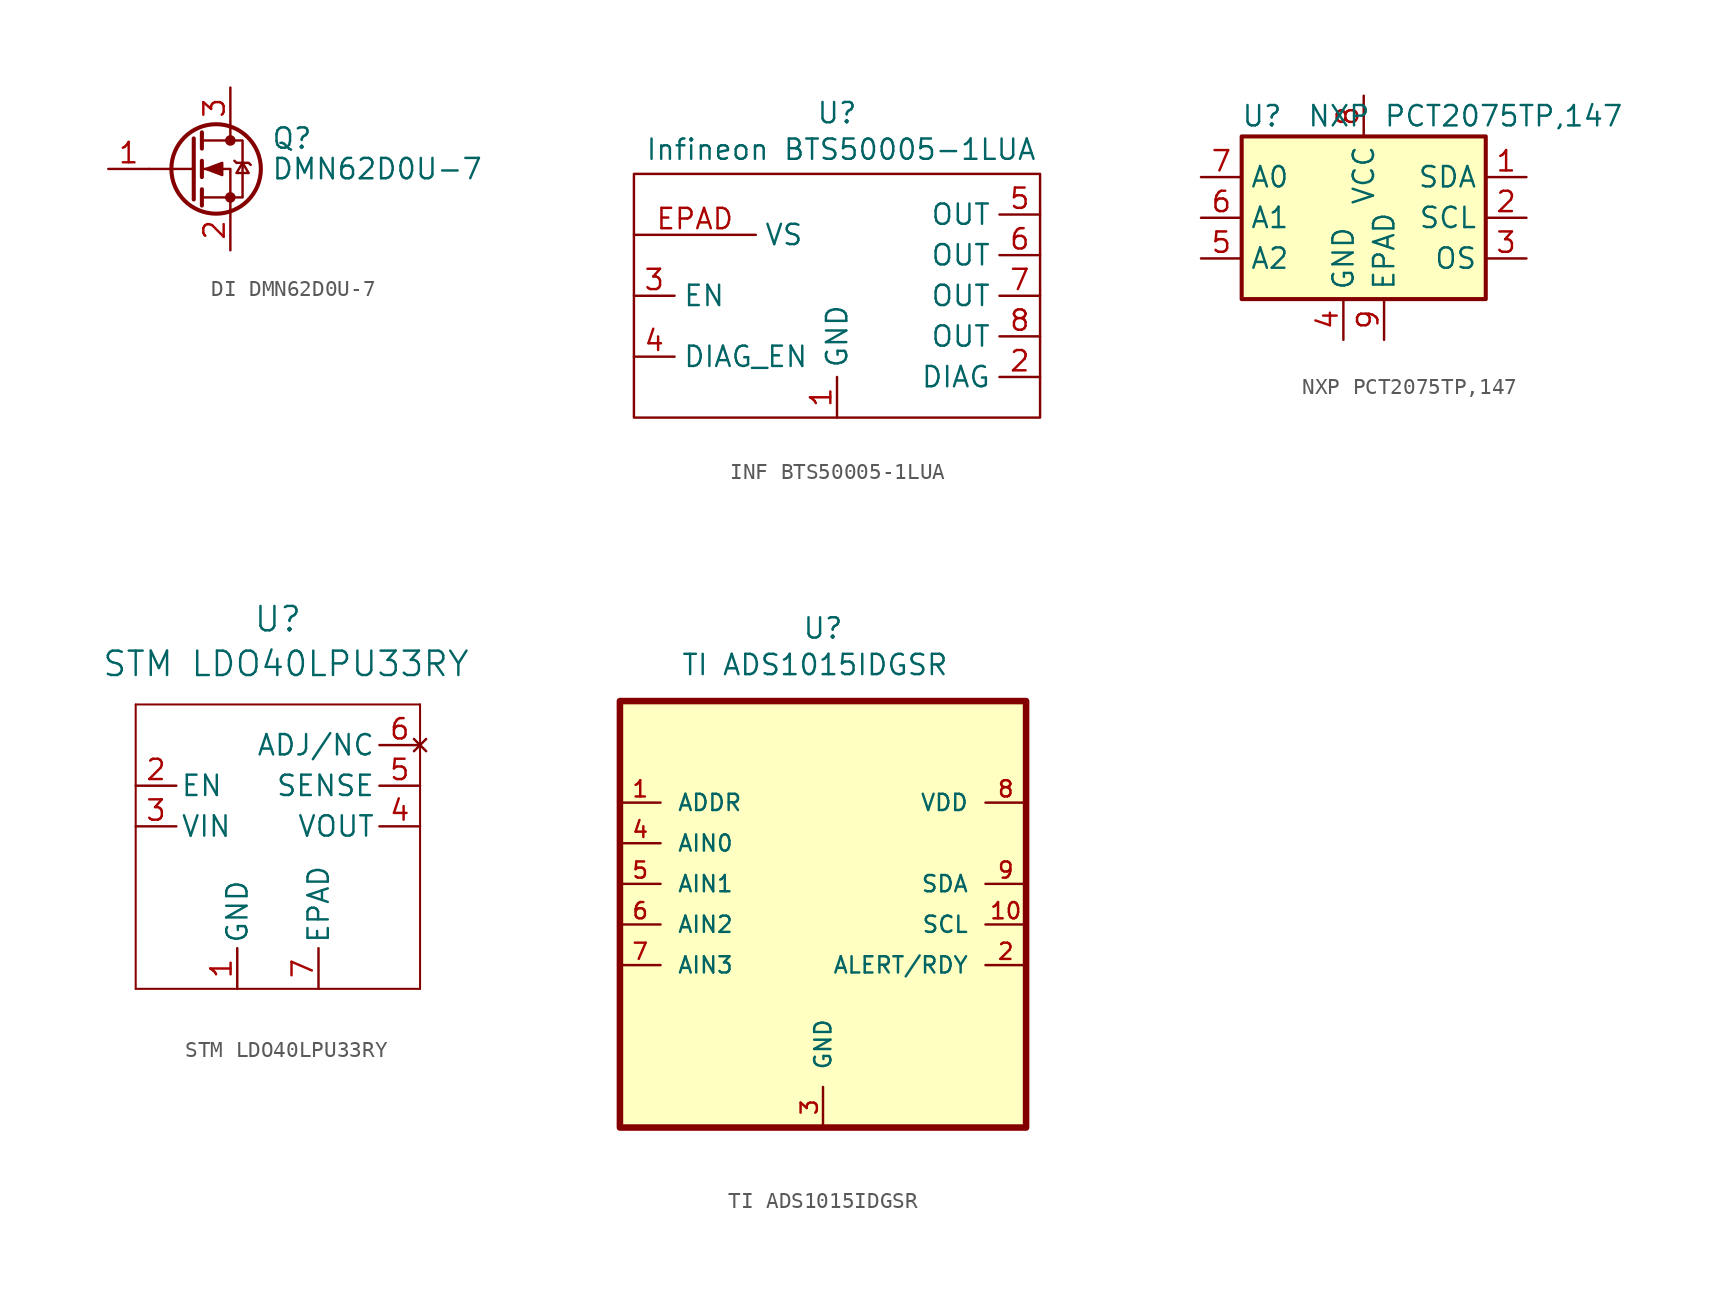
<source format=kicad_sym>
(kicad_symbol_lib
  (version 20231120)
  (generator "kicad_symbol_editor")
  (generator_version "8.0")
  (symbol "DI DMN62D0U-7"
    (pin_names hide)
    (property "Reference" "Q"
      (at 5.08 1.905 0)
      (effects (font (size 1.27 1.27)) (justify left)))
    (property "Value" "DMN62D0U-7"
      (at 5.08 0 0)
      (effects (font (size 1.27 1.27)) (justify left)))
    (symbol "DI DMN62D0U-7_0_1"
      (polyline (pts (xy 0.254 0) (xy -2.54 0)) (stroke (width 0) (type default)) (fill (type none)))
      (polyline (pts (xy 0.254 1.905) (xy 0.254 -1.905)) (stroke (width 0.254) (type default)) (fill (type none)))
      (polyline (pts (xy 0.762 -1.27) (xy 0.762 -2.286)) (stroke (width 0.254) (type default)) (fill (type none)))
      (polyline (pts (xy 0.762 0.508) (xy 0.762 -0.508)) (stroke (width 0.254) (type default)) (fill (type none)))
      (polyline (pts (xy 0.762 2.286) (xy 0.762 1.27)) (stroke (width 0.254) (type default)) (fill (type none)))
      (polyline (pts (xy 2.54 2.54) (xy 2.54 1.778)) (stroke (width 0) (type default)) (fill (type none)))
      (polyline (pts (xy 2.54 -2.54) (xy 2.54 0) (xy 0.762 0)) (stroke (width 0) (type default)) (fill (type none)))
      (polyline (pts (xy 0.762 -1.778) (xy 3.302 -1.778) (xy 3.302 1.778) (xy 0.762 1.778)) (stroke (width 0) (type default)) (fill (type none)))
      (polyline (pts (xy 1.016 0) (xy 2.032 0.381) (xy 2.032 -0.381) (xy 1.016 0)) (stroke (width 0) (type default)) (fill (type outline)))
      (polyline (pts (xy 2.794 0.508) (xy 2.921 0.381) (xy 3.683 0.381) (xy 3.81 0.254)) (stroke (width 0) (type default)) (fill (type none)))
      (polyline (pts (xy 3.302 0.381) (xy 2.921 -0.254) (xy 3.683 -0.254) (xy 3.302 0.381)) (stroke (width 0) (type default)) (fill (type none)))
      (circle (center 1.651 0) (radius 2.794) (stroke (width 0.254) (type default)) (fill (type none)))
      (circle (center 2.54 -1.778) (radius 0.254) (stroke (width 0) (type default)) (fill (type outline)))
      (circle (center 2.54 1.778) (radius 0.254) (stroke (width 0) (type default)) (fill (type outline))))
    (symbol "DI DMN62D0U-7_1_1"
      (pin input line (at -5.08 0 0) (length 2.54) (name "G" (effects (font (size 1.27 1.27)))) (number "1" (effects (font (size 1.27 1.27)))))
      (pin passive line (at 2.54 -5.08 90) (length 2.54) (name "S" (effects (font (size 1.27 1.27)))) (number "2" (effects (font (size 1.27 1.27)))))
      (pin passive line (at 2.54 5.08 270) (length 2.54) (name "D" (effects (font (size 1.27 1.27)))) (number "3" (effects (font (size 1.27 1.27)))))))
  (symbol "INF BTS50005-1LUA"
    (property "Reference" "U"
      (at 0 11.43 0)
      (effects (font (size 1.27 1.27))))
    (property "Value" "Infineon BTS50005-1LUA"
      (at 0.254 9.144 0)
      (effects (font (size 1.27 1.27))))
    (symbol "INF BTS50005-1LUA_0_1"
      (rectangle (start -12.7 7.62) (end 12.7 -7.62) (stroke (width 0) (type default)) (fill (type none))))
    (symbol "INF BTS50005-1LUA_1_1"
      (pin power_in line (at 0 -7.62 90) (length 2.54) (name "GND" (effects (font (size 1.27 1.27)))) (number "1" (effects (font (size 1.27 1.27)))))
      (pin output line (at 12.7 -5.08 180) (length 2.54) (name "DIAG" (effects (font (size 1.27 1.27)))) (number "2" (effects (font (size 1.27 1.27)))))
      (pin input line (at -12.7 0 0) (length 2.54) (name "EN" (effects (font (size 1.27 1.27)))) (number "3" (effects (font (size 1.27 1.27)))))
      (pin input line (at -12.7 -3.81 0) (length 2.54) (name "DIAG_EN" (effects (font (size 1.27 1.27)))) (number "4" (effects (font (size 1.27 1.27)))))
      (pin passive line (at 12.7 5.08 180) (length 2.54) (name "OUT" (effects (font (size 1.27 1.27)))) (number "5" (effects (font (size 1.27 1.27)))))
      (pin passive line (at 12.7 2.54 180) (length 2.54) (name "OUT" (effects (font (size 1.27 1.27)))) (number "6" (effects (font (size 1.27 1.27)))))
      (pin passive line (at 12.7 0 180) (length 2.54) (name "OUT" (effects (font (size 1.27 1.27)))) (number "7" (effects (font (size 1.27 1.27)))))
      (pin passive line (at 12.7 -2.54 180) (length 2.54) (name "OUT" (effects (font (size 1.27 1.27)))) (number "8" (effects (font (size 1.27 1.27)))))
      (pin power_in line (at -12.7 3.81 0) (length 7.62) (name "VS" (effects (font (size 1.27 1.27)))) (number "EPAD" (effects (font (size 1.27 1.27)))))))
  (symbol "NXP PCT2075TP,147"
    (property "Reference" "U"
      (at -6.35 6.35 0)
      (effects (font (size 1.27 1.27))))
    (property "Value" "NXP PCT2075TP,147"
      (at 6.35 6.35 0)
      (effects (font (size 1.27 1.27))))
    (symbol "NXP PCT2075TP,147_0_1"
      (rectangle (start -7.62 5.08) (end 7.62 -5.08) (stroke (width 0.254) (type default)) (fill (type background))))
    (symbol "NXP PCT2075TP,147_1_1"
      (pin bidirectional line (at 10.16 2.54 180) (length 2.54) (name "SDA" (effects (font (size 1.27 1.27)))) (number "1" (effects (font (size 1.27 1.27)))))
      (pin input line (at 10.16 0 180) (length 2.54) (name "SCL" (effects (font (size 1.27 1.27)))) (number "2" (effects (font (size 1.27 1.27)))))
      (pin open_collector line (at 10.16 -2.54 180) (length 2.54) (name "OS" (effects (font (size 1.27 1.27)))) (number "3" (effects (font (size 1.27 1.27)))))
      (pin power_in line (at -1.27 -7.62 90) (length 2.54) (name "GND" (effects (font (size 1.27 1.27)))) (number "4" (effects (font (size 1.27 1.27)))))
      (pin input line (at -10.16 -2.54 0) (length 2.54) (name "A2" (effects (font (size 1.27 1.27)))) (number "5" (effects (font (size 1.27 1.27)))))
      (pin input line (at -10.16 0 0) (length 2.54) (name "A1" (effects (font (size 1.27 1.27)))) (number "6" (effects (font (size 1.27 1.27)))))
      (pin input line (at -10.16 2.54 0) (length 2.54) (name "A0" (effects (font (size 1.27 1.27)))) (number "7" (effects (font (size 1.27 1.27)))))
      (pin power_in line (at 0 7.62 270) (length 2.54) (name "VCC" (effects (font (size 1.27 1.27)))) (number "8" (effects (font (size 1.27 1.27)))))
      (pin power_in line (at 1.27 -7.62 90) (length 2.54) (name "EPAD" (effects (font (size 1.27 1.27)))) (number "9" (effects (font (size 1.27 1.27)))))))
  (symbol "STM LDO40LPU33RY"
    (pin_names
      (offset 0.254))
    (property "Reference" "U"
      (at 0 14.224 0)
      (effects (font (size 1.524 1.524))))
    (property "Value" "STM LDO40LPU33RY"
      (at 0.508 11.43 0)
      (effects (font (size 1.524 1.524))))
    (symbol "STM LDO40LPU33RY_0_1"
      (polyline (pts (xy -8.89 -8.89) (xy 8.89 -8.89)) (stroke (width 0.127) (type default)) (fill (type none)))
      (polyline (pts (xy -8.89 8.89) (xy -8.89 -8.89)) (stroke (width 0.127) (type default)) (fill (type none)))
      (polyline (pts (xy 8.89 -8.89) (xy 8.89 8.89)) (stroke (width 0.127) (type default)) (fill (type none)))
      (polyline (pts (xy 8.89 8.89) (xy -8.89 8.89)) (stroke (width 0.127) (type default)) (fill (type none)))
      (pin power_in line (at -2.54 -8.89 90) (length 2.54) (name "GND" (effects (font (size 1.27 1.27)))) (number "1" (effects (font (size 1.27 1.27))))))
    (symbol "STM LDO40LPU33RY_1_1"
      (pin input line (at -8.89 3.81 0) (length 2.54) (name "EN" (effects (font (size 1.27 1.27)))) (number "2" (effects (font (size 1.27 1.27)))))
      (pin power_in line (at -8.89 1.27 0) (length 2.54) (name "VIN" (effects (font (size 1.27 1.27)))) (number "3" (effects (font (size 1.27 1.27)))))
      (pin passive line (at 8.89 1.27 180) (length 2.54) (name "VOUT" (effects (font (size 1.27 1.27)))) (number "4" (effects (font (size 1.27 1.27)))))
      (pin input line (at 8.89 3.81 180) (length 2.54) (name "SENSE" (effects (font (size 1.27 1.27)))) (number "5" (effects (font (size 1.27 1.27)))))
      (pin no_connect line (at 8.89 6.35 180) (length 2.54) (name "ADJ/NC" (effects (font (size 1.27 1.27)))) (number "6" (effects (font (size 1.27 1.27)))))
      (pin power_in line (at 2.54 -8.89 90) (length 2.54) (name "EPAD" (effects (font (size 1.27 1.27)))) (number "7" (effects (font (size 1.27 1.27)))))))
  (symbol "TI ADS1015IDGSR"
    (pin_names
      (offset 1.016))
    (property "Reference" "U"
      (at 0 19.05 0)
      (effects (font (size 1.27 1.27)) (justify bottom)))
    (property "Value" "TI ADS1015IDGSR"
      (at -0.508 16.764 0)
      (effects (font (size 1.27 1.27)) (justify bottom)))
    (symbol "TI ADS1015IDGSR_0_0"
      (rectangle (start -12.7 15.24) (end 12.7 -11.43) (stroke (width 0.41) (type default)) (fill (type background)))
      (pin input line (at -12.7 8.89 0) (length 2.54) (name "ADDR" (effects (font (size 1.016 1.016)))) (number "1" (effects (font (size 1.016 1.016)))))
      (pin input line (at 12.7 1.27 180) (length 2.54) (name "SCL" (effects (font (size 1.016 1.016)))) (number "10" (effects (font (size 1.016 1.016)))))
      (pin output line (at 12.7 -1.27 180) (length 2.54) (name "ALERT/RDY" (effects (font (size 1.016 1.016)))) (number "2" (effects (font (size 1.016 1.016)))))
      (pin power_in line (at 0 -11.43 90) (length 2.54) (name "GND" (effects (font (size 1.016 1.016)))) (number "3" (effects (font (size 1.016 1.016)))))
      (pin input line (at -12.7 6.35 0) (length 2.54) (name "AIN0" (effects (font (size 1.016 1.016)))) (number "4" (effects (font (size 1.016 1.016)))))
      (pin input line (at -12.7 3.81 0) (length 2.54) (name "AIN1" (effects (font (size 1.016 1.016)))) (number "5" (effects (font (size 1.016 1.016)))))
      (pin input line (at -12.7 1.27 0) (length 2.54) (name "AIN2" (effects (font (size 1.016 1.016)))) (number "6" (effects (font (size 1.016 1.016)))))
      (pin input line (at -12.7 -1.27 0) (length 2.54) (name "AIN3" (effects (font (size 1.016 1.016)))) (number "7" (effects (font (size 1.016 1.016)))))
      (pin power_in line (at 12.7 8.89 180) (length 2.54) (name "VDD" (effects (font (size 1.016 1.016)))) (number "8" (effects (font (size 1.016 1.016)))))
      (pin bidirectional line (at 12.7 3.81 180) (length 2.54) (name "SDA" (effects (font (size 1.016 1.016)))) (number "9" (effects (font (size 1.016 1.016))))))))
</source>
